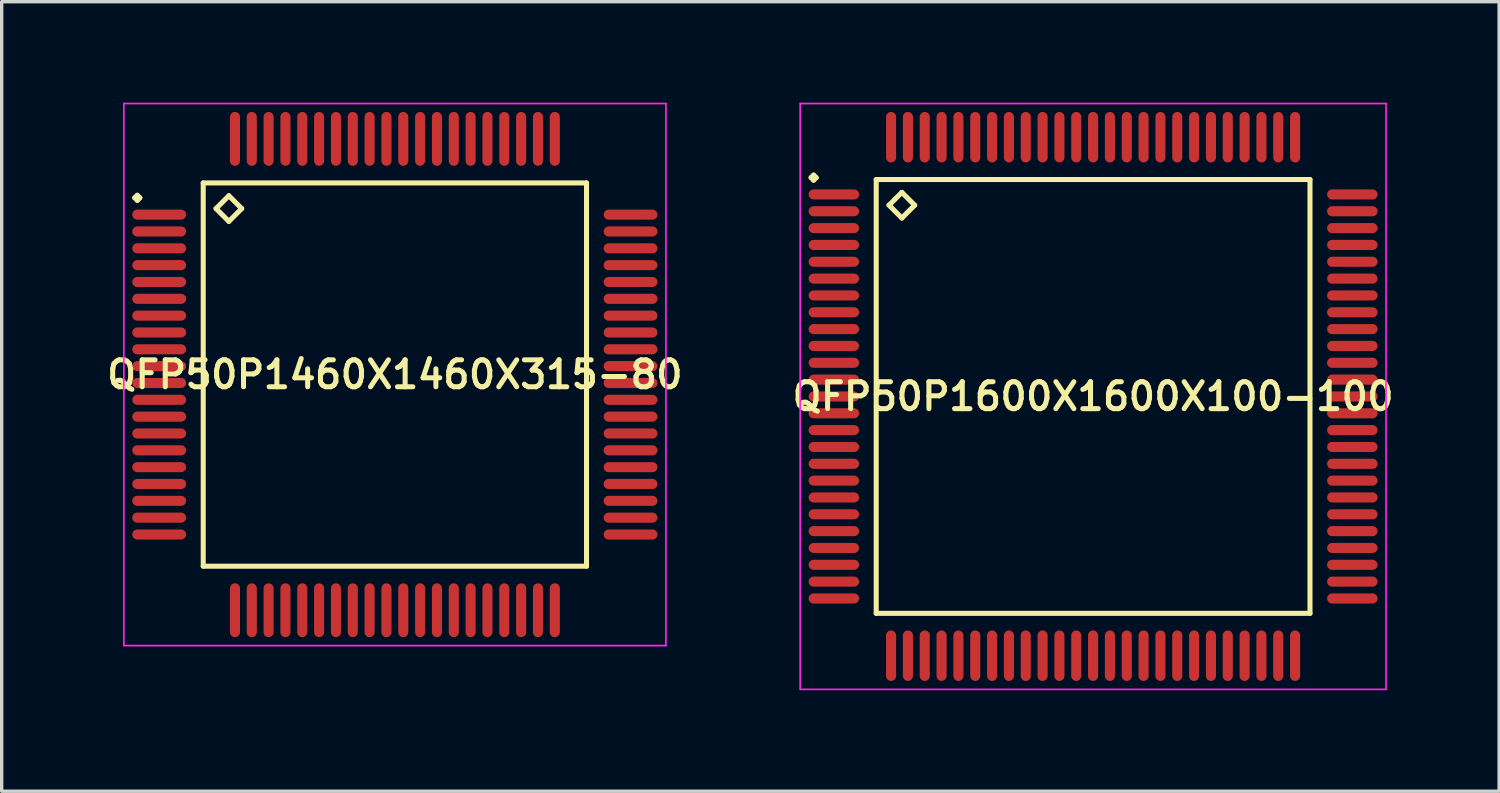
<source format=kicad_pcb>
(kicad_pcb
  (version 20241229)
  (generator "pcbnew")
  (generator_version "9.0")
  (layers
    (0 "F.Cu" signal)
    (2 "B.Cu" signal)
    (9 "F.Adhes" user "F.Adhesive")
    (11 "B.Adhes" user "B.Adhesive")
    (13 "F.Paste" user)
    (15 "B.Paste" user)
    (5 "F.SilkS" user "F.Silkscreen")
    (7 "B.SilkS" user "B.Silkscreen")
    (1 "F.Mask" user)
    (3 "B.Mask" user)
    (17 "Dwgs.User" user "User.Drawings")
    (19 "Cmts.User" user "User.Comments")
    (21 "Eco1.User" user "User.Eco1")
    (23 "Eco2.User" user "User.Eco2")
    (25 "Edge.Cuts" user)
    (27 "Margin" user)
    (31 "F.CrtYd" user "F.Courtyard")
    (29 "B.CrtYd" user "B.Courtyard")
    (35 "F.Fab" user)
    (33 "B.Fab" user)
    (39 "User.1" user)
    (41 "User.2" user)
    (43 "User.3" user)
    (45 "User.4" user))
  (footprint "QFP50P1460X1460X315-80"
    (layer "F.Cu")
    (at 8.678 8.075)
    (property "Reference" "QFP50P1460X1460X315-80" (at 0 0 0) (layer "F.SilkS") (effects (font (size 0.8 0.8) (thickness 0.15))))
    (attr smd)
    (fp_line (start -7.725 -5.25) (end -7.65 -5.325) (stroke (width 0.15) (type solid)) (layer "F.SilkS"))
    (fp_line (start -7.65 -5.325) (end -7.575 -5.25) (stroke (width 0.15) (type solid)) (layer "F.SilkS"))
    (fp_line (start -7.65 -5.175) (end -7.725 -5.25) (stroke (width 0.15) (type solid)) (layer "F.SilkS"))
    (fp_line (start -7.575 -5.25) (end -7.65 -5.175) (stroke (width 0.15) (type solid)) (layer "F.SilkS"))
    (fp_line (start -5.692 -5.692) (end -5.692 5.692) (stroke (width 0.15) (type solid)) (layer "F.SilkS"))
    (fp_line (start -5.692 5.692) (end 5.692 5.692) (stroke (width 0.15) (type solid)) (layer "F.SilkS"))
    (fp_line (start -5.311 -4.93) (end -4.93 -5.311) (stroke (width 0.15) (type solid)) (layer "F.SilkS"))
    (fp_line (start -4.93 -5.311) (end -4.549 -4.93) (stroke (width 0.15) (type solid)) (layer "F.SilkS"))
    (fp_line (start -4.93 -4.549) (end -5.311 -4.93) (stroke (width 0.15) (type solid)) (layer "F.SilkS"))
    (fp_line (start -4.549 -4.93) (end -4.93 -4.549) (stroke (width 0.15) (type solid)) (layer "F.SilkS"))
    (fp_line (start 5.692 -5.692) (end -5.692 -5.692) (stroke (width 0.15) (type solid)) (layer "F.SilkS"))
    (fp_line (start 5.692 5.692) (end 5.692 -5.692) (stroke (width 0.15) (type solid)) (layer "F.SilkS"))
    (fp_line (start -8.05 -8.05) (end 8.05 -8.05) (stroke (width 0.05) (type solid)) (layer "F.CrtYd"))
    (fp_line (start -8.05 8.05) (end -8.05 -8.05) (stroke (width 0.05) (type solid)) (layer "F.CrtYd"))
    (fp_line (start 8.05 -8.05) (end 8.05 8.05) (stroke (width 0.05) (type solid)) (layer "F.CrtYd"))
    (fp_line (start 8.05 8.05) (end -8.05 8.05) (stroke (width 0.05) (type solid)) (layer "F.CrtYd"))
    (pad "1" smd oval (at -7 -4.75) (size 1.6 0.3) (layers "F.Cu" "F.Mask" "F.Paste"))
    (pad "2" smd oval (at -7 -4.25) (size 1.6 0.3) (layers "F.Cu" "F.Mask" "F.Paste"))
    (pad "3" smd oval (at -7 -3.75) (size 1.6 0.3) (layers "F.Cu" "F.Mask" "F.Paste"))
    (pad "4" smd oval (at -7 -3.25) (size 1.6 0.3) (layers "F.Cu" "F.Mask" "F.Paste"))
    (pad "5" smd oval (at -7 -2.75) (size 1.6 0.3) (layers "F.Cu" "F.Mask" "F.Paste"))
    (pad "6" smd oval (at -7 -2.25) (size 1.6 0.3) (layers "F.Cu" "F.Mask" "F.Paste"))
    (pad "7" smd oval (at -7 -1.75) (size 1.6 0.3) (layers "F.Cu" "F.Mask" "F.Paste"))
    (pad "8" smd oval (at -7 -1.25) (size 1.6 0.3) (layers "F.Cu" "F.Mask" "F.Paste"))
    (pad "9" smd oval (at -7 -0.75) (size 1.6 0.3) (layers "F.Cu" "F.Mask" "F.Paste"))
    (pad "10" smd oval (at -7 -0.25) (size 1.6 0.3) (layers "F.Cu" "F.Mask" "F.Paste"))
    (pad "11" smd oval (at -7 0.25) (size 1.6 0.3) (layers "F.Cu" "F.Mask" "F.Paste"))
    (pad "12" smd oval (at -7 0.75) (size 1.6 0.3) (layers "F.Cu" "F.Mask" "F.Paste"))
    (pad "13" smd oval (at -7 1.25) (size 1.6 0.3) (layers "F.Cu" "F.Mask" "F.Paste"))
    (pad "14" smd oval (at -7 1.75) (size 1.6 0.3) (layers "F.Cu" "F.Mask" "F.Paste"))
    (pad "15" smd oval (at -7 2.25) (size 1.6 0.3) (layers "F.Cu" "F.Mask" "F.Paste"))
    (pad "16" smd oval (at -7 2.75) (size 1.6 0.3) (layers "F.Cu" "F.Mask" "F.Paste"))
    (pad "17" smd oval (at -7 3.25) (size 1.6 0.3) (layers "F.Cu" "F.Mask" "F.Paste"))
    (pad "18" smd oval (at -7 3.75) (size 1.6 0.3) (layers "F.Cu" "F.Mask" "F.Paste"))
    (pad "19" smd oval (at -7 4.25) (size 1.6 0.3) (layers "F.Cu" "F.Mask" "F.Paste"))
    (pad "20" smd oval (at -7 4.75) (size 1.6 0.3) (layers "F.Cu" "F.Mask" "F.Paste"))
    (pad "21" smd oval (at -4.75 7) (size 0.3 1.6) (layers "F.Cu" "F.Mask" "F.Paste"))
    (pad "22" smd oval (at -4.25 7) (size 0.3 1.6) (layers "F.Cu" "F.Mask" "F.Paste"))
    (pad "23" smd oval (at -3.75 7) (size 0.3 1.6) (layers "F.Cu" "F.Mask" "F.Paste"))
    (pad "24" smd oval (at -3.25 7) (size 0.3 1.6) (layers "F.Cu" "F.Mask" "F.Paste"))
    (pad "25" smd oval (at -2.75 7) (size 0.3 1.6) (layers "F.Cu" "F.Mask" "F.Paste"))
    (pad "26" smd oval (at -2.25 7) (size 0.3 1.6) (layers "F.Cu" "F.Mask" "F.Paste"))
    (pad "27" smd oval (at -1.75 7) (size 0.3 1.6) (layers "F.Cu" "F.Mask" "F.Paste"))
    (pad "28" smd oval (at -1.25 7) (size 0.3 1.6) (layers "F.Cu" "F.Mask" "F.Paste"))
    (pad "29" smd oval (at -0.75 7) (size 0.3 1.6) (layers "F.Cu" "F.Mask" "F.Paste"))
    (pad "30" smd oval (at -0.25 7) (size 0.3 1.6) (layers "F.Cu" "F.Mask" "F.Paste"))
    (pad "31" smd oval (at 0.25 7) (size 0.3 1.6) (layers "F.Cu" "F.Mask" "F.Paste"))
    (pad "32" smd oval (at 0.75 7) (size 0.3 1.6) (layers "F.Cu" "F.Mask" "F.Paste"))
    (pad "33" smd oval (at 1.25 7) (size 0.3 1.6) (layers "F.Cu" "F.Mask" "F.Paste"))
    (pad "34" smd oval (at 1.75 7) (size 0.3 1.6) (layers "F.Cu" "F.Mask" "F.Paste"))
    (pad "35" smd oval (at 2.25 7) (size 0.3 1.6) (layers "F.Cu" "F.Mask" "F.Paste"))
    (pad "36" smd oval (at 2.75 7) (size 0.3 1.6) (layers "F.Cu" "F.Mask" "F.Paste"))
    (pad "37" smd oval (at 3.25 7) (size 0.3 1.6) (layers "F.Cu" "F.Mask" "F.Paste"))
    (pad "38" smd oval (at 3.75 7) (size 0.3 1.6) (layers "F.Cu" "F.Mask" "F.Paste"))
    (pad "39" smd oval (at 4.25 7) (size 0.3 1.6) (layers "F.Cu" "F.Mask" "F.Paste"))
    (pad "40" smd oval (at 4.75 7) (size 0.3 1.6) (layers "F.Cu" "F.Mask" "F.Paste"))
    (pad "41" smd oval (at 7 4.75) (size 1.6 0.3) (layers "F.Cu" "F.Mask" "F.Paste"))
    (pad "42" smd oval (at 7 4.25) (size 1.6 0.3) (layers "F.Cu" "F.Mask" "F.Paste"))
    (pad "43" smd oval (at 7 3.75) (size 1.6 0.3) (layers "F.Cu" "F.Mask" "F.Paste"))
    (pad "44" smd oval (at 7 3.25) (size 1.6 0.3) (layers "F.Cu" "F.Mask" "F.Paste"))
    (pad "45" smd oval (at 7 2.75) (size 1.6 0.3) (layers "F.Cu" "F.Mask" "F.Paste"))
    (pad "46" smd oval (at 7 2.25) (size 1.6 0.3) (layers "F.Cu" "F.Mask" "F.Paste"))
    (pad "47" smd oval (at 7 1.75) (size 1.6 0.3) (layers "F.Cu" "F.Mask" "F.Paste"))
    (pad "48" smd oval (at 7 1.25) (size 1.6 0.3) (layers "F.Cu" "F.Mask" "F.Paste"))
    (pad "49" smd oval (at 7 0.75) (size 1.6 0.3) (layers "F.Cu" "F.Mask" "F.Paste"))
    (pad "50" smd oval (at 7 0.25) (size 1.6 0.3) (layers "F.Cu" "F.Mask" "F.Paste"))
    (pad "51" smd oval (at 7 -0.25) (size 1.6 0.3) (layers "F.Cu" "F.Mask" "F.Paste"))
    (pad "52" smd oval (at 7 -0.75) (size 1.6 0.3) (layers "F.Cu" "F.Mask" "F.Paste"))
    (pad "53" smd oval (at 7 -1.25) (size 1.6 0.3) (layers "F.Cu" "F.Mask" "F.Paste"))
    (pad "54" smd oval (at 7 -1.75) (size 1.6 0.3) (layers "F.Cu" "F.Mask" "F.Paste"))
    (pad "55" smd oval (at 7 -2.25) (size 1.6 0.3) (layers "F.Cu" "F.Mask" "F.Paste"))
    (pad "56" smd oval (at 7 -2.75) (size 1.6 0.3) (layers "F.Cu" "F.Mask" "F.Paste"))
    (pad "57" smd oval (at 7 -3.25) (size 1.6 0.3) (layers "F.Cu" "F.Mask" "F.Paste"))
    (pad "58" smd oval (at 7 -3.75) (size 1.6 0.3) (layers "F.Cu" "F.Mask" "F.Paste"))
    (pad "59" smd oval (at 7 -4.25) (size 1.6 0.3) (layers "F.Cu" "F.Mask" "F.Paste"))
    (pad "60" smd oval (at 7 -4.75) (size 1.6 0.3) (layers "F.Cu" "F.Mask" "F.Paste"))
    (pad "61" smd oval (at 4.75 -7) (size 0.3 1.6) (layers "F.Cu" "F.Mask" "F.Paste"))
    (pad "62" smd oval (at 4.25 -7) (size 0.3 1.6) (layers "F.Cu" "F.Mask" "F.Paste"))
    (pad "63" smd oval (at 3.75 -7) (size 0.3 1.6) (layers "F.Cu" "F.Mask" "F.Paste"))
    (pad "64" smd oval (at 3.25 -7) (size 0.3 1.6) (layers "F.Cu" "F.Mask" "F.Paste"))
    (pad "65" smd oval (at 2.75 -7) (size 0.3 1.6) (layers "F.Cu" "F.Mask" "F.Paste"))
    (pad "66" smd oval (at 2.25 -7) (size 0.3 1.6) (layers "F.Cu" "F.Mask" "F.Paste"))
    (pad "67" smd oval (at 1.75 -7) (size 0.3 1.6) (layers "F.Cu" "F.Mask" "F.Paste"))
    (pad "68" smd oval (at 1.25 -7) (size 0.3 1.6) (layers "F.Cu" "F.Mask" "F.Paste"))
    (pad "69" smd oval (at 0.75 -7) (size 0.3 1.6) (layers "F.Cu" "F.Mask" "F.Paste"))
    (pad "70" smd oval (at 0.25 -7) (size 0.3 1.6) (layers "F.Cu" "F.Mask" "F.Paste"))
    (pad "71" smd oval (at -0.25 -7) (size 0.3 1.6) (layers "F.Cu" "F.Mask" "F.Paste"))
    (pad "72" smd oval (at -0.75 -7) (size 0.3 1.6) (layers "F.Cu" "F.Mask" "F.Paste"))
    (pad "73" smd oval (at -1.25 -7) (size 0.3 1.6) (layers "F.Cu" "F.Mask" "F.Paste"))
    (pad "74" smd oval (at -1.75 -7) (size 0.3 1.6) (layers "F.Cu" "F.Mask" "F.Paste"))
    (pad "75" smd oval (at -2.25 -7) (size 0.3 1.6) (layers "F.Cu" "F.Mask" "F.Paste"))
    (pad "76" smd oval (at -2.75 -7) (size 0.3 1.6) (layers "F.Cu" "F.Mask" "F.Paste"))
    (pad "77" smd oval (at -3.25 -7) (size 0.3 1.6) (layers "F.Cu" "F.Mask" "F.Paste"))
    (pad "78" smd oval (at -3.75 -7) (size 0.3 1.6) (layers "F.Cu" "F.Mask" "F.Paste"))
    (pad "79" smd oval (at -4.25 -7) (size 0.3 1.6) (layers "F.Cu" "F.Mask" "F.Paste"))
    (pad "80" smd oval (at -4.75 -7) (size 0.3 1.6) (layers "F.Cu" "F.Mask" "F.Paste")))
  (footprint "QFP50P1600X1600X100-100"
    (layer "F.Cu")
    (at 29.416 8.725)
    (property "Reference" "QFP50P1600X1600X100-100" (at 0 0 0) (layer "F.SilkS") (effects (font (size 0.8 0.8) (thickness 0.15))))
    (attr smd)
    (fp_line (start -8.375 -6.5) (end -8.3 -6.575) (stroke (width 0.15) (type solid)) (layer "F.SilkS"))
    (fp_line (start -8.3 -6.575) (end -8.225 -6.5) (stroke (width 0.15) (type solid)) (layer "F.SilkS"))
    (fp_line (start -8.3 -6.425) (end -8.375 -6.5) (stroke (width 0.15) (type solid)) (layer "F.SilkS"))
    (fp_line (start -8.225 -6.5) (end -8.3 -6.425) (stroke (width 0.15) (type solid)) (layer "F.SilkS"))
    (fp_line (start -6.442 -6.442) (end -6.442 6.442) (stroke (width 0.15) (type solid)) (layer "F.SilkS"))
    (fp_line (start -6.442 6.442) (end 6.442 6.442) (stroke (width 0.15) (type solid)) (layer "F.SilkS"))
    (fp_line (start -6.061 -5.68) (end -5.68 -6.061) (stroke (width 0.15) (type solid)) (layer "F.SilkS"))
    (fp_line (start -5.68 -6.061) (end -5.299 -5.68) (stroke (width 0.15) (type solid)) (layer "F.SilkS"))
    (fp_line (start -5.68 -5.299) (end -6.061 -5.68) (stroke (width 0.15) (type solid)) (layer "F.SilkS"))
    (fp_line (start -5.299 -5.68) (end -5.68 -5.299) (stroke (width 0.15) (type solid)) (layer "F.SilkS"))
    (fp_line (start 6.442 -6.442) (end -6.442 -6.442) (stroke (width 0.15) (type solid)) (layer "F.SilkS"))
    (fp_line (start 6.442 6.442) (end 6.442 -6.442) (stroke (width 0.15) (type solid)) (layer "F.SilkS"))
    (fp_line (start -8.7 -8.7) (end 8.7 -8.7) (stroke (width 0.05) (type solid)) (layer "F.CrtYd"))
    (fp_line (start -8.7 8.7) (end -8.7 -8.7) (stroke (width 0.05) (type solid)) (layer "F.CrtYd"))
    (fp_line (start 8.7 -8.7) (end 8.7 8.7) (stroke (width 0.05) (type solid)) (layer "F.CrtYd"))
    (fp_line (start 8.7 8.7) (end -8.7 8.7) (stroke (width 0.05) (type solid)) (layer "F.CrtYd"))
    (pad "1" smd oval (at -7.7 -6) (size 1.5 0.3) (layers "F.Cu" "F.Mask" "F.Paste"))
    (pad "2" smd oval (at -7.7 -5.5) (size 1.5 0.3) (layers "F.Cu" "F.Mask" "F.Paste"))
    (pad "3" smd oval (at -7.7 -5) (size 1.5 0.3) (layers "F.Cu" "F.Mask" "F.Paste"))
    (pad "4" smd oval (at -7.7 -4.5) (size 1.5 0.3) (layers "F.Cu" "F.Mask" "F.Paste"))
    (pad "5" smd oval (at -7.7 -4) (size 1.5 0.3) (layers "F.Cu" "F.Mask" "F.Paste"))
    (pad "6" smd oval (at -7.7 -3.5) (size 1.5 0.3) (layers "F.Cu" "F.Mask" "F.Paste"))
    (pad "7" smd oval (at -7.7 -3) (size 1.5 0.3) (layers "F.Cu" "F.Mask" "F.Paste"))
    (pad "8" smd oval (at -7.7 -2.5) (size 1.5 0.3) (layers "F.Cu" "F.Mask" "F.Paste"))
    (pad "9" smd oval (at -7.7 -2) (size 1.5 0.3) (layers "F.Cu" "F.Mask" "F.Paste"))
    (pad "10" smd oval (at -7.7 -1.5) (size 1.5 0.3) (layers "F.Cu" "F.Mask" "F.Paste"))
    (pad "11" smd oval (at -7.7 -1) (size 1.5 0.3) (layers "F.Cu" "F.Mask" "F.Paste"))
    (pad "12" smd oval (at -7.7 -0.5) (size 1.5 0.3) (layers "F.Cu" "F.Mask" "F.Paste"))
    (pad "13" smd oval (at -7.7 0) (size 1.5 0.3) (layers "F.Cu" "F.Mask" "F.Paste"))
    (pad "14" smd oval (at -7.7 0.5) (size 1.5 0.3) (layers "F.Cu" "F.Mask" "F.Paste"))
    (pad "15" smd oval (at -7.7 1) (size 1.5 0.3) (layers "F.Cu" "F.Mask" "F.Paste"))
    (pad "16" smd oval (at -7.7 1.5) (size 1.5 0.3) (layers "F.Cu" "F.Mask" "F.Paste"))
    (pad "17" smd oval (at -7.7 2) (size 1.5 0.3) (layers "F.Cu" "F.Mask" "F.Paste"))
    (pad "18" smd oval (at -7.7 2.5) (size 1.5 0.3) (layers "F.Cu" "F.Mask" "F.Paste"))
    (pad "19" smd oval (at -7.7 3) (size 1.5 0.3) (layers "F.Cu" "F.Mask" "F.Paste"))
    (pad "20" smd oval (at -7.7 3.5) (size 1.5 0.3) (layers "F.Cu" "F.Mask" "F.Paste"))
    (pad "21" smd oval (at -7.7 4) (size 1.5 0.3) (layers "F.Cu" "F.Mask" "F.Paste"))
    (pad "22" smd oval (at -7.7 4.5) (size 1.5 0.3) (layers "F.Cu" "F.Mask" "F.Paste"))
    (pad "23" smd oval (at -7.7 5) (size 1.5 0.3) (layers "F.Cu" "F.Mask" "F.Paste"))
    (pad "24" smd oval (at -7.7 5.5) (size 1.5 0.3) (layers "F.Cu" "F.Mask" "F.Paste"))
    (pad "25" smd oval (at -7.7 6) (size 1.5 0.3) (layers "F.Cu" "F.Mask" "F.Paste"))
    (pad "26" smd oval (at -6 7.7) (size 0.3 1.5) (layers "F.Cu" "F.Mask" "F.Paste"))
    (pad "27" smd oval (at -5.5 7.7) (size 0.3 1.5) (layers "F.Cu" "F.Mask" "F.Paste"))
    (pad "28" smd oval (at -5 7.7) (size 0.3 1.5) (layers "F.Cu" "F.Mask" "F.Paste"))
    (pad "29" smd oval (at -4.5 7.7) (size 0.3 1.5) (layers "F.Cu" "F.Mask" "F.Paste"))
    (pad "30" smd oval (at -4 7.7) (size 0.3 1.5) (layers "F.Cu" "F.Mask" "F.Paste"))
    (pad "31" smd oval (at -3.5 7.7) (size 0.3 1.5) (layers "F.Cu" "F.Mask" "F.Paste"))
    (pad "32" smd oval (at -3 7.7) (size 0.3 1.5) (layers "F.Cu" "F.Mask" "F.Paste"))
    (pad "33" smd oval (at -2.5 7.7) (size 0.3 1.5) (layers "F.Cu" "F.Mask" "F.Paste"))
    (pad "34" smd oval (at -2 7.7) (size 0.3 1.5) (layers "F.Cu" "F.Mask" "F.Paste"))
    (pad "35" smd oval (at -1.5 7.7) (size 0.3 1.5) (layers "F.Cu" "F.Mask" "F.Paste"))
    (pad "36" smd oval (at -1 7.7) (size 0.3 1.5) (layers "F.Cu" "F.Mask" "F.Paste"))
    (pad "37" smd oval (at -0.5 7.7) (size 0.3 1.5) (layers "F.Cu" "F.Mask" "F.Paste"))
    (pad "38" smd oval (at 0 7.7) (size 0.3 1.5) (layers "F.Cu" "F.Mask" "F.Paste"))
    (pad "39" smd oval (at 0.5 7.7) (size 0.3 1.5) (layers "F.Cu" "F.Mask" "F.Paste"))
    (pad "40" smd oval (at 1 7.7) (size 0.3 1.5) (layers "F.Cu" "F.Mask" "F.Paste"))
    (pad "41" smd oval (at 1.5 7.7) (size 0.3 1.5) (layers "F.Cu" "F.Mask" "F.Paste"))
    (pad "42" smd oval (at 2 7.7) (size 0.3 1.5) (layers "F.Cu" "F.Mask" "F.Paste"))
    (pad "43" smd oval (at 2.5 7.7) (size 0.3 1.5) (layers "F.Cu" "F.Mask" "F.Paste"))
    (pad "44" smd oval (at 3 7.7) (size 0.3 1.5) (layers "F.Cu" "F.Mask" "F.Paste"))
    (pad "45" smd oval (at 3.5 7.7) (size 0.3 1.5) (layers "F.Cu" "F.Mask" "F.Paste"))
    (pad "46" smd oval (at 4 7.7) (size 0.3 1.5) (layers "F.Cu" "F.Mask" "F.Paste"))
    (pad "47" smd oval (at 4.5 7.7) (size 0.3 1.5) (layers "F.Cu" "F.Mask" "F.Paste"))
    (pad "48" smd oval (at 5 7.7) (size 0.3 1.5) (layers "F.Cu" "F.Mask" "F.Paste"))
    (pad "49" smd oval (at 5.5 7.7) (size 0.3 1.5) (layers "F.Cu" "F.Mask" "F.Paste"))
    (pad "50" smd oval (at 6 7.7) (size 0.3 1.5) (layers "F.Cu" "F.Mask" "F.Paste"))
    (pad "51" smd oval (at 7.7 6) (size 1.5 0.3) (layers "F.Cu" "F.Mask" "F.Paste"))
    (pad "52" smd oval (at 7.7 5.5) (size 1.5 0.3) (layers "F.Cu" "F.Mask" "F.Paste"))
    (pad "53" smd oval (at 7.7 5) (size 1.5 0.3) (layers "F.Cu" "F.Mask" "F.Paste"))
    (pad "54" smd oval (at 7.7 4.5) (size 1.5 0.3) (layers "F.Cu" "F.Mask" "F.Paste"))
    (pad "55" smd oval (at 7.7 4) (size 1.5 0.3) (layers "F.Cu" "F.Mask" "F.Paste"))
    (pad "56" smd oval (at 7.7 3.5) (size 1.5 0.3) (layers "F.Cu" "F.Mask" "F.Paste"))
    (pad "57" smd oval (at 7.7 3) (size 1.5 0.3) (layers "F.Cu" "F.Mask" "F.Paste"))
    (pad "58" smd oval (at 7.7 2.5) (size 1.5 0.3) (layers "F.Cu" "F.Mask" "F.Paste"))
    (pad "59" smd oval (at 7.7 2) (size 1.5 0.3) (layers "F.Cu" "F.Mask" "F.Paste"))
    (pad "60" smd oval (at 7.7 1.5) (size 1.5 0.3) (layers "F.Cu" "F.Mask" "F.Paste"))
    (pad "61" smd oval (at 7.7 1) (size 1.5 0.3) (layers "F.Cu" "F.Mask" "F.Paste"))
    (pad "62" smd oval (at 7.7 0.5) (size 1.5 0.3) (layers "F.Cu" "F.Mask" "F.Paste"))
    (pad "63" smd oval (at 7.7 0) (size 1.5 0.3) (layers "F.Cu" "F.Mask" "F.Paste"))
    (pad "64" smd oval (at 7.7 -0.5) (size 1.5 0.3) (layers "F.Cu" "F.Mask" "F.Paste"))
    (pad "65" smd oval (at 7.7 -1) (size 1.5 0.3) (layers "F.Cu" "F.Mask" "F.Paste"))
    (pad "66" smd oval (at 7.7 -1.5) (size 1.5 0.3) (layers "F.Cu" "F.Mask" "F.Paste"))
    (pad "67" smd oval (at 7.7 -2) (size 1.5 0.3) (layers "F.Cu" "F.Mask" "F.Paste"))
    (pad "68" smd oval (at 7.7 -2.5) (size 1.5 0.3) (layers "F.Cu" "F.Mask" "F.Paste"))
    (pad "69" smd oval (at 7.7 -3) (size 1.5 0.3) (layers "F.Cu" "F.Mask" "F.Paste"))
    (pad "70" smd oval (at 7.7 -3.5) (size 1.5 0.3) (layers "F.Cu" "F.Mask" "F.Paste"))
    (pad "71" smd oval (at 7.7 -4) (size 1.5 0.3) (layers "F.Cu" "F.Mask" "F.Paste"))
    (pad "72" smd oval (at 7.7 -4.5) (size 1.5 0.3) (layers "F.Cu" "F.Mask" "F.Paste"))
    (pad "73" smd oval (at 7.7 -5) (size 1.5 0.3) (layers "F.Cu" "F.Mask" "F.Paste"))
    (pad "74" smd oval (at 7.7 -5.5) (size 1.5 0.3) (layers "F.Cu" "F.Mask" "F.Paste"))
    (pad "75" smd oval (at 7.7 -6) (size 1.5 0.3) (layers "F.Cu" "F.Mask" "F.Paste"))
    (pad "76" smd oval (at 6 -7.7) (size 0.3 1.5) (layers "F.Cu" "F.Mask" "F.Paste"))
    (pad "77" smd oval (at 5.5 -7.7) (size 0.3 1.5) (layers "F.Cu" "F.Mask" "F.Paste"))
    (pad "78" smd oval (at 5 -7.7) (size 0.3 1.5) (layers "F.Cu" "F.Mask" "F.Paste"))
    (pad "79" smd oval (at 4.5 -7.7) (size 0.3 1.5) (layers "F.Cu" "F.Mask" "F.Paste"))
    (pad "80" smd oval (at 4 -7.7) (size 0.3 1.5) (layers "F.Cu" "F.Mask" "F.Paste"))
    (pad "81" smd oval (at 3.5 -7.7) (size 0.3 1.5) (layers "F.Cu" "F.Mask" "F.Paste"))
    (pad "82" smd oval (at 3 -7.7) (size 0.3 1.5) (layers "F.Cu" "F.Mask" "F.Paste"))
    (pad "83" smd oval (at 2.5 -7.7) (size 0.3 1.5) (layers "F.Cu" "F.Mask" "F.Paste"))
    (pad "84" smd oval (at 2 -7.7) (size 0.3 1.5) (layers "F.Cu" "F.Mask" "F.Paste"))
    (pad "85" smd oval (at 1.5 -7.7) (size 0.3 1.5) (layers "F.Cu" "F.Mask" "F.Paste"))
    (pad "86" smd oval (at 1 -7.7) (size 0.3 1.5) (layers "F.Cu" "F.Mask" "F.Paste"))
    (pad "87" smd oval (at 0.5 -7.7) (size 0.3 1.5) (layers "F.Cu" "F.Mask" "F.Paste"))
    (pad "88" smd oval (at 0 -7.7) (size 0.3 1.5) (layers "F.Cu" "F.Mask" "F.Paste"))
    (pad "89" smd oval (at -0.5 -7.7) (size 0.3 1.5) (layers "F.Cu" "F.Mask" "F.Paste"))
    (pad "90" smd oval (at -1 -7.7) (size 0.3 1.5) (layers "F.Cu" "F.Mask" "F.Paste"))
    (pad "91" smd oval (at -1.5 -7.7) (size 0.3 1.5) (layers "F.Cu" "F.Mask" "F.Paste"))
    (pad "92" smd oval (at -2 -7.7) (size 0.3 1.5) (layers "F.Cu" "F.Mask" "F.Paste"))
    (pad "93" smd oval (at -2.5 -7.7) (size 0.3 1.5) (layers "F.Cu" "F.Mask" "F.Paste"))
    (pad "94" smd oval (at -3 -7.7) (size 0.3 1.5) (layers "F.Cu" "F.Mask" "F.Paste"))
    (pad "95" smd oval (at -3.5 -7.7) (size 0.3 1.5) (layers "F.Cu" "F.Mask" "F.Paste"))
    (pad "96" smd oval (at -4 -7.7) (size 0.3 1.5) (layers "F.Cu" "F.Mask" "F.Paste"))
    (pad "97" smd oval (at -4.5 -7.7) (size 0.3 1.5) (layers "F.Cu" "F.Mask" "F.Paste"))
    (pad "98" smd oval (at -5 -7.7) (size 0.3 1.5) (layers "F.Cu" "F.Mask" "F.Paste"))
    (pad "99" smd oval (at -5.5 -7.7) (size 0.3 1.5) (layers "F.Cu" "F.Mask" "F.Paste"))
    (pad "100" smd oval (at -6 -7.7) (size 0.3 1.5) (layers "F.Cu" "F.Mask" "F.Paste")))
  (gr_rect
    (start -3 -3)
    (end 41.475 20.45)
    (stroke (width 0.1) (type default))
    (fill no)
    (layer "Edge.Cuts")))
</source>
